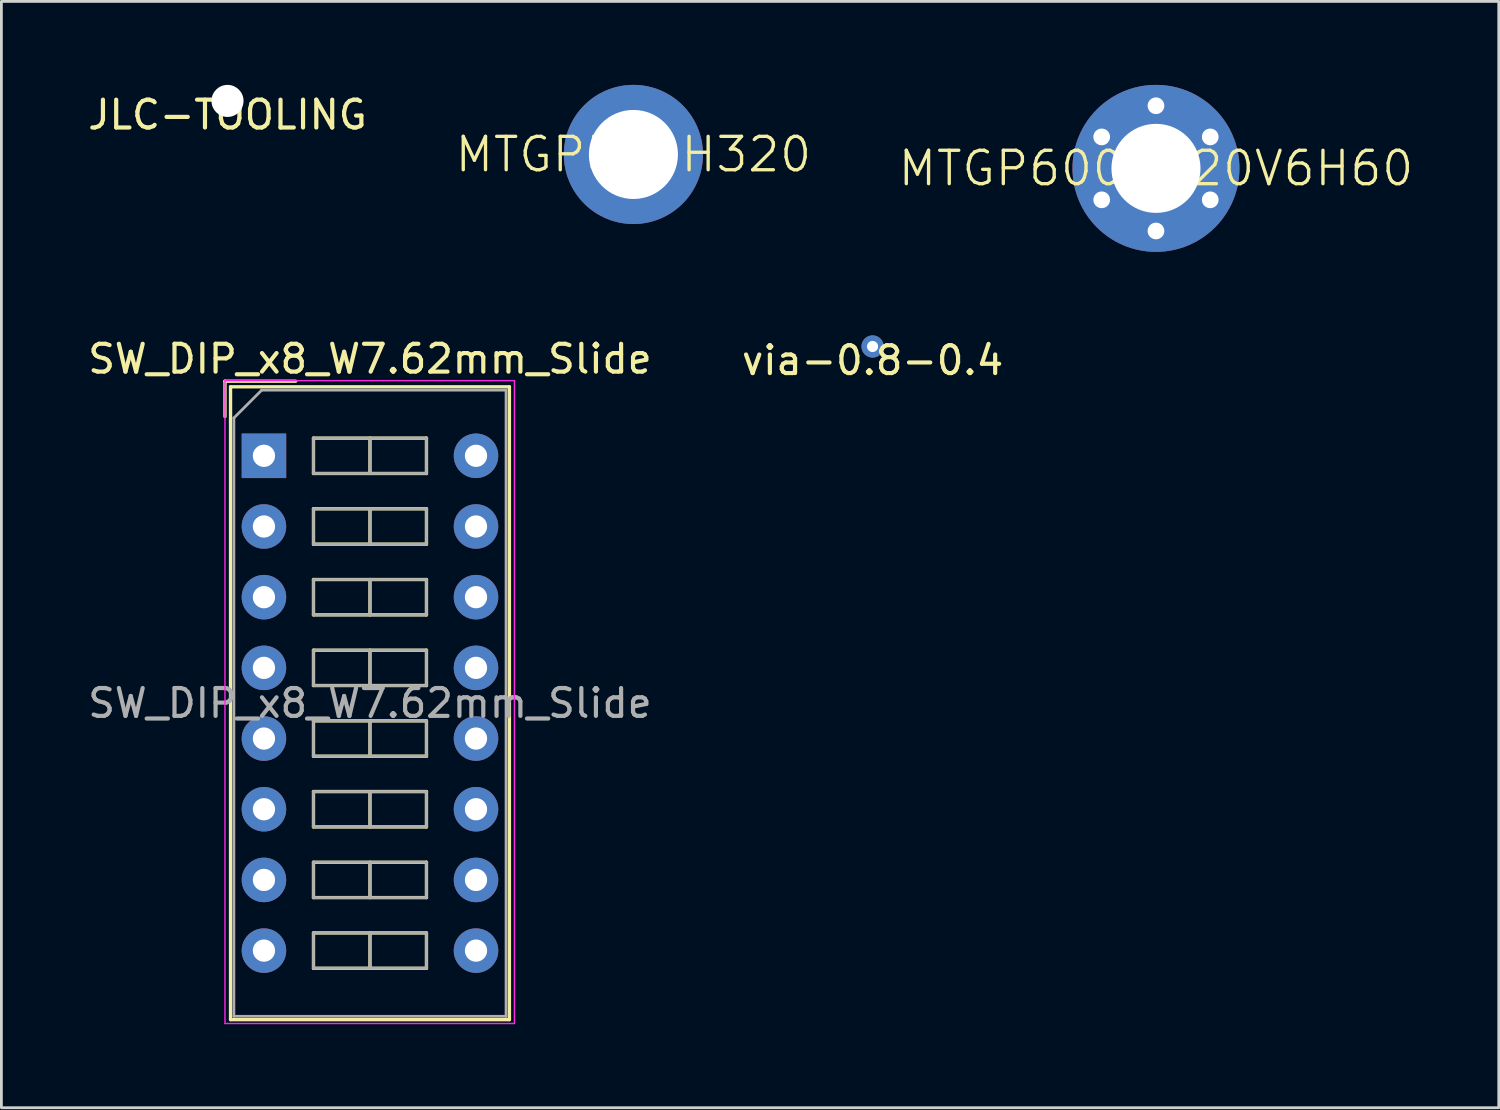
<source format=kicad_pcb>
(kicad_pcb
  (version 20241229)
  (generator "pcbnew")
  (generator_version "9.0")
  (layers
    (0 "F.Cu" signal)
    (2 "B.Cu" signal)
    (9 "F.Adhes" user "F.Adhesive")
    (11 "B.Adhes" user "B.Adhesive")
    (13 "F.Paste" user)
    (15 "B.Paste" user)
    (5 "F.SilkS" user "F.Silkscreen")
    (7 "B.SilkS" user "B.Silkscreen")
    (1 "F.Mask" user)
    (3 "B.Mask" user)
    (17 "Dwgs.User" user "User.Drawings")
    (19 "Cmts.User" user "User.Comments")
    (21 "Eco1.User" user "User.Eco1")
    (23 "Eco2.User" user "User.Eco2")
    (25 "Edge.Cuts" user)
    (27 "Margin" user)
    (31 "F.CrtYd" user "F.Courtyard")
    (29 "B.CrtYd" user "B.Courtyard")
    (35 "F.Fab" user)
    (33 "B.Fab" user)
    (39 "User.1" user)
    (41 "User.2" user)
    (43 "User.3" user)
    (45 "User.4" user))
  (footprint "MTGP600H320V6H60"
    (layer "F.Cu")
    (at 38.487 3)
    (property "Reference" "MTGP600H320V6H60" (at 0 0 0) (layer "F.SilkS") (effects (font (size 1.2 1.2) (thickness 0.12))))
    (attr exclude_from_pos_files exclude_from_bom)
    (pad "1" thru_hole circle (at -1.95 -1.13) (size 0.9 0.9) (drill 0.6) (layers "*.Cu"))
    (pad "1" thru_hole circle (at -1.95 1.13) (size 0.9 0.9) (drill 0.6) (layers "*.Cu"))
    (pad "1" thru_hole circle (at 0 -2.25) (size 0.9 0.9) (drill 0.6) (layers "*.Cu"))
    (pad "1" thru_hole circle (at 0 0) (size 6 6) (drill 3.2) (layers "*.Cu" "*.Mask"))
    (pad "1" thru_hole circle (at 0 2.25) (size 0.9 0.9) (drill 0.6) (layers "*.Cu"))
    (pad "1" thru_hole circle (at 1.95 -1.13) (size 0.9 0.9) (drill 0.6) (layers "*.Cu"))
    (pad "1" thru_hole circle (at 1.95 1.13) (size 0.9 0.9) (drill 0.6) (layers "*.Cu")))
  (footprint "MTGP500H320"
    (layer "F.Cu")
    (at 19.71 2.5)
    (property "Reference" "MTGP500H320" (at 0 0 0) (layer "F.SilkS") (effects (font (size 1.2 1.2) (thickness 0.12))))
    (attr exclude_from_pos_files exclude_from_bom)
    (pad "1" thru_hole circle (at 0 0) (size 5 5) (drill 3.2) (layers "*.Cu" "*.Mask")))
  (footprint "via-0.8-0.4"
    (layer "F.Cu")
    (at 28.304 9.4)
    (property "Reference" "via-0.8-0.4" (at 0 0.5 0) (layer "F.SilkS") (effects (font (size 1 1) (thickness 0.15))))
    (attr through_hole)
    (pad "1" thru_hole circle (at 0 0) (size 0.8 0.8) (drill 0.4) (layers "*.Cu")))
  (footprint "JLC-TOOLING"
    (layer "F.Cu")
    (at 5.125 0.576)
    (property "Reference" "JLC-TOOLING" (at 0 0.5 0) (layer "F.SilkS") (effects (font (size 1 1) (thickness 0.15))))
    (attr through_hole)
    (pad "" np_thru_hole circle (at 0 0) (size 1.152 1.152) (drill 1.152) (layers "*.Cu" "*.Mask")))
  (footprint "SW_DIP_x8_W7.62mm_Slide"
    (layer "F.Cu")
    (at 6.434 13.328)
    (property "Reference" "SW_DIP_x8_W7.62mm_Slide" (at 3.81 -3.48 0) (layer "F.SilkS") (effects (font (size 1 1) (thickness 0.15))))
    (attr through_hole)
    (fp_line (start -1.4 -2.68) (end -1.4 -1.41) (stroke (width 0.12) (type solid)) (layer "F.SilkS"))
    (fp_line (start -1.4 -2.68) (end 1.14 -2.68) (stroke (width 0.12) (type solid)) (layer "F.SilkS"))
    (fp_line (start -1.2 -2.48) (end 8.82 -2.48) (stroke (width 0.12) (type solid)) (layer "F.SilkS"))
    (fp_line (start -1.2 20.26) (end -1.2 -2.48) (stroke (width 0.12) (type solid)) (layer "F.SilkS"))
    (fp_line (start 1.78 -0.635) (end 1.78 0.635) (stroke (width 0.12) (type solid)) (layer "F.SilkS"))
    (fp_line (start 1.78 0.635) (end 5.84 0.635) (stroke (width 0.12) (type solid)) (layer "F.SilkS"))
    (fp_line (start 1.78 1.905) (end 1.78 3.175) (stroke (width 0.12) (type solid)) (layer "F.SilkS"))
    (fp_line (start 1.78 3.175) (end 5.84 3.175) (stroke (width 0.12) (type solid)) (layer "F.SilkS"))
    (fp_line (start 1.78 4.445) (end 1.78 5.715) (stroke (width 0.12) (type solid)) (layer "F.SilkS"))
    (fp_line (start 1.78 5.715) (end 5.84 5.715) (stroke (width 0.12) (type solid)) (layer "F.SilkS"))
    (fp_line (start 1.78 6.985) (end 1.78 8.255) (stroke (width 0.12) (type solid)) (layer "F.SilkS"))
    (fp_line (start 1.78 8.255) (end 5.84 8.255) (stroke (width 0.12) (type solid)) (layer "F.SilkS"))
    (fp_line (start 1.78 9.525) (end 1.78 10.795) (stroke (width 0.12) (type solid)) (layer "F.SilkS"))
    (fp_line (start 1.78 10.795) (end 5.84 10.795) (stroke (width 0.12) (type solid)) (layer "F.SilkS"))
    (fp_line (start 1.78 12.065) (end 1.78 13.335) (stroke (width 0.12) (type solid)) (layer "F.SilkS"))
    (fp_line (start 1.78 13.335) (end 5.84 13.335) (stroke (width 0.12) (type solid)) (layer "F.SilkS"))
    (fp_line (start 1.78 14.605) (end 1.78 15.875) (stroke (width 0.12) (type solid)) (layer "F.SilkS"))
    (fp_line (start 1.78 15.875) (end 5.84 15.875) (stroke (width 0.12) (type solid)) (layer "F.SilkS"))
    (fp_line (start 1.78 17.145) (end 1.78 18.415) (stroke (width 0.12) (type solid)) (layer "F.SilkS"))
    (fp_line (start 1.78 18.415) (end 5.84 18.415) (stroke (width 0.12) (type solid)) (layer "F.SilkS"))
    (fp_line (start 3.81 -0.635) (end 3.81 0.635) (stroke (width 0.12) (type solid)) (layer "F.SilkS"))
    (fp_line (start 3.81 1.905) (end 3.81 3.175) (stroke (width 0.12) (type solid)) (layer "F.SilkS"))
    (fp_line (start 3.81 4.445) (end 3.81 5.715) (stroke (width 0.12) (type solid)) (layer "F.SilkS"))
    (fp_line (start 3.81 6.985) (end 3.81 8.255) (stroke (width 0.12) (type solid)) (layer "F.SilkS"))
    (fp_line (start 3.81 9.525) (end 3.81 10.795) (stroke (width 0.12) (type solid)) (layer "F.SilkS"))
    (fp_line (start 3.81 12.065) (end 3.81 13.335) (stroke (width 0.12) (type solid)) (layer "F.SilkS"))
    (fp_line (start 3.81 14.605) (end 3.81 15.875) (stroke (width 0.12) (type solid)) (layer "F.SilkS"))
    (fp_line (start 3.81 17.145) (end 3.81 18.415) (stroke (width 0.12) (type solid)) (layer "F.SilkS"))
    (fp_line (start 5.84 -0.635) (end 1.78 -0.635) (stroke (width 0.12) (type solid)) (layer "F.SilkS"))
    (fp_line (start 5.84 0.635) (end 5.84 -0.635) (stroke (width 0.12) (type solid)) (layer "F.SilkS"))
    (fp_line (start 5.84 1.905) (end 1.78 1.905) (stroke (width 0.12) (type solid)) (layer "F.SilkS"))
    (fp_line (start 5.84 3.175) (end 5.84 1.905) (stroke (width 0.12) (type solid)) (layer "F.SilkS"))
    (fp_line (start 5.84 4.445) (end 1.78 4.445) (stroke (width 0.12) (type solid)) (layer "F.SilkS"))
    (fp_line (start 5.84 5.715) (end 5.84 4.445) (stroke (width 0.12) (type solid)) (layer "F.SilkS"))
    (fp_line (start 5.84 6.985) (end 1.78 6.985) (stroke (width 0.12) (type solid)) (layer "F.SilkS"))
    (fp_line (start 5.84 8.255) (end 5.84 6.985) (stroke (width 0.12) (type solid)) (layer "F.SilkS"))
    (fp_line (start 5.84 9.525) (end 1.78 9.525) (stroke (width 0.12) (type solid)) (layer "F.SilkS"))
    (fp_line (start 5.84 10.795) (end 5.84 9.525) (stroke (width 0.12) (type solid)) (layer "F.SilkS"))
    (fp_line (start 5.84 12.065) (end 1.78 12.065) (stroke (width 0.12) (type solid)) (layer "F.SilkS"))
    (fp_line (start 5.84 13.335) (end 5.84 12.065) (stroke (width 0.12) (type solid)) (layer "F.SilkS"))
    (fp_line (start 5.84 14.605) (end 1.78 14.605) (stroke (width 0.12) (type solid)) (layer "F.SilkS"))
    (fp_line (start 5.84 15.875) (end 5.84 14.605) (stroke (width 0.12) (type solid)) (layer "F.SilkS"))
    (fp_line (start 5.84 17.145) (end 1.78 17.145) (stroke (width 0.12) (type solid)) (layer "F.SilkS"))
    (fp_line (start 5.84 18.415) (end 5.84 17.145) (stroke (width 0.12) (type solid)) (layer "F.SilkS"))
    (fp_line (start 8.82 -2.48) (end 8.82 20.26) (stroke (width 0.12) (type solid)) (layer "F.SilkS"))
    (fp_line (start 8.82 20.26) (end -1.2 20.26) (stroke (width 0.12) (type solid)) (layer "F.SilkS"))
    (fp_line (start -1.4 -2.7) (end -1.4 20.4) (stroke (width 0.05) (type solid)) (layer "F.CrtYd"))
    (fp_line (start -1.4 20.4) (end 9 20.4) (stroke (width 0.05) (type solid)) (layer "F.CrtYd"))
    (fp_line (start 9 -2.7) (end -1.4 -2.7) (stroke (width 0.05) (type solid)) (layer "F.CrtYd"))
    (fp_line (start 9 20.4) (end 9 -2.7) (stroke (width 0.05) (type solid)) (layer "F.CrtYd"))
    (fp_line (start -1.08 -1.36) (end -0.08 -2.36) (stroke (width 0.1) (type solid)) (layer "F.Fab"))
    (fp_line (start -1.08 20.14) (end -1.08 -1.36) (stroke (width 0.1) (type solid)) (layer "F.Fab"))
    (fp_line (start -0.08 -2.36) (end 8.7 -2.36) (stroke (width 0.1) (type solid)) (layer "F.Fab"))
    (fp_line (start 1.78 -0.635) (end 1.78 0.635) (stroke (width 0.1) (type solid)) (layer "F.Fab"))
    (fp_line (start 1.78 0.635) (end 5.84 0.635) (stroke (width 0.1) (type solid)) (layer "F.Fab"))
    (fp_line (start 1.78 1.905) (end 1.78 3.175) (stroke (width 0.1) (type solid)) (layer "F.Fab"))
    (fp_line (start 1.78 3.175) (end 5.84 3.175) (stroke (width 0.1) (type solid)) (layer "F.Fab"))
    (fp_line (start 1.78 4.445) (end 1.78 5.715) (stroke (width 0.1) (type solid)) (layer "F.Fab"))
    (fp_line (start 1.78 5.715) (end 5.84 5.715) (stroke (width 0.1) (type solid)) (layer "F.Fab"))
    (fp_line (start 1.78 6.985) (end 1.78 8.255) (stroke (width 0.1) (type solid)) (layer "F.Fab"))
    (fp_line (start 1.78 8.255) (end 5.84 8.255) (stroke (width 0.1) (type solid)) (layer "F.Fab"))
    (fp_line (start 1.78 9.525) (end 1.78 10.795) (stroke (width 0.1) (type solid)) (layer "F.Fab"))
    (fp_line (start 1.78 10.795) (end 5.84 10.795) (stroke (width 0.1) (type solid)) (layer "F.Fab"))
    (fp_line (start 1.78 12.065) (end 1.78 13.335) (stroke (width 0.1) (type solid)) (layer "F.Fab"))
    (fp_line (start 1.78 13.335) (end 5.84 13.335) (stroke (width 0.1) (type solid)) (layer "F.Fab"))
    (fp_line (start 1.78 14.605) (end 1.78 15.875) (stroke (width 0.1) (type solid)) (layer "F.Fab"))
    (fp_line (start 1.78 15.875) (end 5.84 15.875) (stroke (width 0.1) (type solid)) (layer "F.Fab"))
    (fp_line (start 1.78 17.145) (end 1.78 18.415) (stroke (width 0.1) (type solid)) (layer "F.Fab"))
    (fp_line (start 1.78 18.415) (end 5.84 18.415) (stroke (width 0.1) (type solid)) (layer "F.Fab"))
    (fp_line (start 3.81 -0.635) (end 3.81 0.635) (stroke (width 0.1) (type solid)) (layer "F.Fab"))
    (fp_line (start 3.81 1.905) (end 3.81 3.175) (stroke (width 0.1) (type solid)) (layer "F.Fab"))
    (fp_line (start 3.81 4.445) (end 3.81 5.715) (stroke (width 0.1) (type solid)) (layer "F.Fab"))
    (fp_line (start 3.81 6.985) (end 3.81 8.255) (stroke (width 0.1) (type solid)) (layer "F.Fab"))
    (fp_line (start 3.81 9.525) (end 3.81 10.795) (stroke (width 0.1) (type solid)) (layer "F.Fab"))
    (fp_line (start 3.81 12.065) (end 3.81 13.335) (stroke (width 0.1) (type solid)) (layer "F.Fab"))
    (fp_line (start 3.81 14.605) (end 3.81 15.875) (stroke (width 0.1) (type solid)) (layer "F.Fab"))
    (fp_line (start 3.81 17.145) (end 3.81 18.415) (stroke (width 0.1) (type solid)) (layer "F.Fab"))
    (fp_line (start 5.84 -0.635) (end 1.78 -0.635) (stroke (width 0.1) (type solid)) (layer "F.Fab"))
    (fp_line (start 5.84 0.635) (end 5.84 -0.635) (stroke (width 0.1) (type solid)) (layer "F.Fab"))
    (fp_line (start 5.84 1.905) (end 1.78 1.905) (stroke (width 0.1) (type solid)) (layer "F.Fab"))
    (fp_line (start 5.84 3.175) (end 5.84 1.905) (stroke (width 0.1) (type solid)) (layer "F.Fab"))
    (fp_line (start 5.84 4.445) (end 1.78 4.445) (stroke (width 0.1) (type solid)) (layer "F.Fab"))
    (fp_line (start 5.84 5.715) (end 5.84 4.445) (stroke (width 0.1) (type solid)) (layer "F.Fab"))
    (fp_line (start 5.84 6.985) (end 1.78 6.985) (stroke (width 0.1) (type solid)) (layer "F.Fab"))
    (fp_line (start 5.84 8.255) (end 5.84 6.985) (stroke (width 0.1) (type solid)) (layer "F.Fab"))
    (fp_line (start 5.84 9.525) (end 1.78 9.525) (stroke (width 0.1) (type solid)) (layer "F.Fab"))
    (fp_line (start 5.84 10.795) (end 5.84 9.525) (stroke (width 0.1) (type solid)) (layer "F.Fab"))
    (fp_line (start 5.84 12.065) (end 1.78 12.065) (stroke (width 0.1) (type solid)) (layer "F.Fab"))
    (fp_line (start 5.84 13.335) (end 5.84 12.065) (stroke (width 0.1) (type solid)) (layer "F.Fab"))
    (fp_line (start 5.84 14.605) (end 1.78 14.605) (stroke (width 0.1) (type solid)) (layer "F.Fab"))
    (fp_line (start 5.84 15.875) (end 5.84 14.605) (stroke (width 0.1) (type solid)) (layer "F.Fab"))
    (fp_line (start 5.84 17.145) (end 1.78 17.145) (stroke (width 0.1) (type solid)) (layer "F.Fab"))
    (fp_line (start 5.84 18.415) (end 5.84 17.145) (stroke (width 0.1) (type solid)) (layer "F.Fab"))
    (fp_line (start 8.7 -2.36) (end 8.7 20.14) (stroke (width 0.1) (type solid)) (layer "F.Fab"))
    (fp_line (start 8.7 20.14) (end -1.08 20.14) (stroke (width 0.1) (type solid)) (layer "F.Fab"))
    (fp_text user "${REFERENCE}" (at 3.81 8.89 0) (layer "F.Fab") (effects (font (size 1 1) (thickness 0.15))))
    (pad "1" thru_hole rect (at 0 0) (size 1.6 1.6) (drill 0.8) (layers "*.Cu" "*.Mask"))
    (pad "2" thru_hole oval (at 0 2.54) (size 1.6 1.6) (drill 0.8) (layers "*.Cu" "*.Mask"))
    (pad "3" thru_hole oval (at 0 5.08) (size 1.6 1.6) (drill 0.8) (layers "*.Cu" "*.Mask"))
    (pad "4" thru_hole oval (at 0 7.62) (size 1.6 1.6) (drill 0.8) (layers "*.Cu" "*.Mask"))
    (pad "5" thru_hole oval (at 0 10.16) (size 1.6 1.6) (drill 0.8) (layers "*.Cu" "*.Mask"))
    (pad "6" thru_hole oval (at 0 12.7) (size 1.6 1.6) (drill 0.8) (layers "*.Cu" "*.Mask"))
    (pad "7" thru_hole oval (at 0 15.24) (size 1.6 1.6) (drill 0.8) (layers "*.Cu" "*.Mask"))
    (pad "8" thru_hole oval (at 0 17.78) (size 1.6 1.6) (drill 0.8) (layers "*.Cu" "*.Mask"))
    (pad "9" thru_hole oval (at 7.62 17.78) (size 1.6 1.6) (drill 0.8) (layers "*.Cu" "*.Mask"))
    (pad "10" thru_hole oval (at 7.62 15.24) (size 1.6 1.6) (drill 0.8) (layers "*.Cu" "*.Mask"))
    (pad "11" thru_hole oval (at 7.62 12.7) (size 1.6 1.6) (drill 0.8) (layers "*.Cu" "*.Mask"))
    (pad "12" thru_hole oval (at 7.62 10.16) (size 1.6 1.6) (drill 0.8) (layers "*.Cu" "*.Mask"))
    (pad "13" thru_hole oval (at 7.62 7.62) (size 1.6 1.6) (drill 0.8) (layers "*.Cu" "*.Mask"))
    (pad "14" thru_hole oval (at 7.62 5.08) (size 1.6 1.6) (drill 0.8) (layers "*.Cu" "*.Mask"))
    (pad "15" thru_hole oval (at 7.62 2.54) (size 1.6 1.6) (drill 0.8) (layers "*.Cu" "*.Mask"))
    (pad "16" thru_hole oval (at 7.62 0) (size 1.6 1.6) (drill 0.8) (layers "*.Cu" "*.Mask")))
  (gr_rect
    (start -3 -3)
    (end 50.804 36.753)
    (stroke (width 0.1) (type default))
    (fill no)
    (layer "Edge.Cuts")))
</source>
